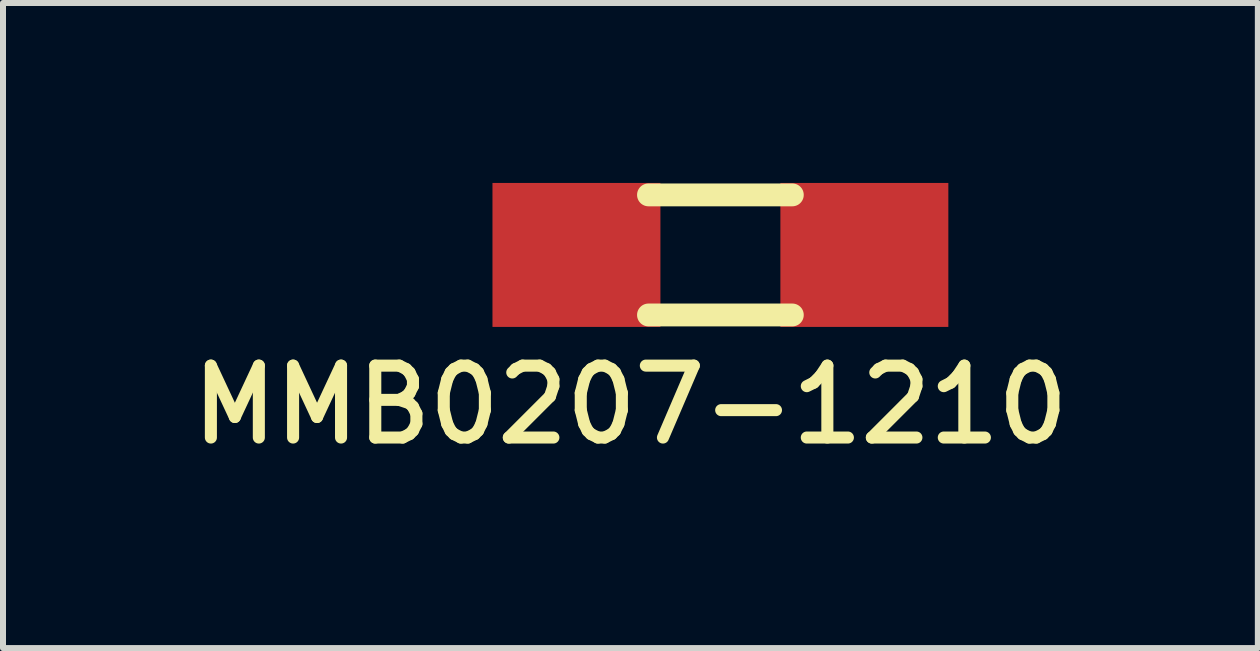
<source format=kicad_pcb>
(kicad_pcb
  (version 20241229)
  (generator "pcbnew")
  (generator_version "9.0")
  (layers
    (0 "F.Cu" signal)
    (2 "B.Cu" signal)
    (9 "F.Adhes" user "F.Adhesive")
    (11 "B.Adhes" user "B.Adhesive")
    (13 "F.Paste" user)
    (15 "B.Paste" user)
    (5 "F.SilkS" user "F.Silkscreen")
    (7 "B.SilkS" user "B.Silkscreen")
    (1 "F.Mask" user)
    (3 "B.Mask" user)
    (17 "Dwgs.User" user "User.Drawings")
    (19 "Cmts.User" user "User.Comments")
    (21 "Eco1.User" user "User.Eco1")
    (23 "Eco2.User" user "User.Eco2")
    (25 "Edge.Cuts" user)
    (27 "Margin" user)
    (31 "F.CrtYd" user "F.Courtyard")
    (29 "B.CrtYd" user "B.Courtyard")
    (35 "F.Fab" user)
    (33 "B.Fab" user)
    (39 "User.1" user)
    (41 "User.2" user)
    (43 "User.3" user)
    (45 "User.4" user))
  (footprint "MMB0207-1210"
    (layer "F.Cu")
    (at 8.96 1.2)
    (property "Reference" "MMB0207-1210" (at -1.5 2.5 0) (layer "F.SilkS") (effects (font (size 1.199 1.199) (thickness 0.201))))
    (attr smd)
    (fp_line (start -1.199 -1.001) (end 1.199 -1.001) (stroke (width 0.381) (type solid)) (layer "F.SilkS"))
    (fp_line (start -1.199 1.001) (end 1.199 1.001) (stroke (width 0.381) (type solid)) (layer "F.SilkS"))
    (pad "1" smd rect (at -2.4 0) (size 2.8 2.4) (layers "F.Cu" "F.Mask" "F.Paste"))
    (pad "2" smd rect (at 2.4 0) (size 2.8 2.4) (layers "F.Cu" "F.Mask" "F.Paste")))
  (gr_rect
    (start -3 -3)
    (end 17.92 7.754)
    (stroke (width 0.1) (type default))
    (fill no)
    (layer "Edge.Cuts")))
</source>
